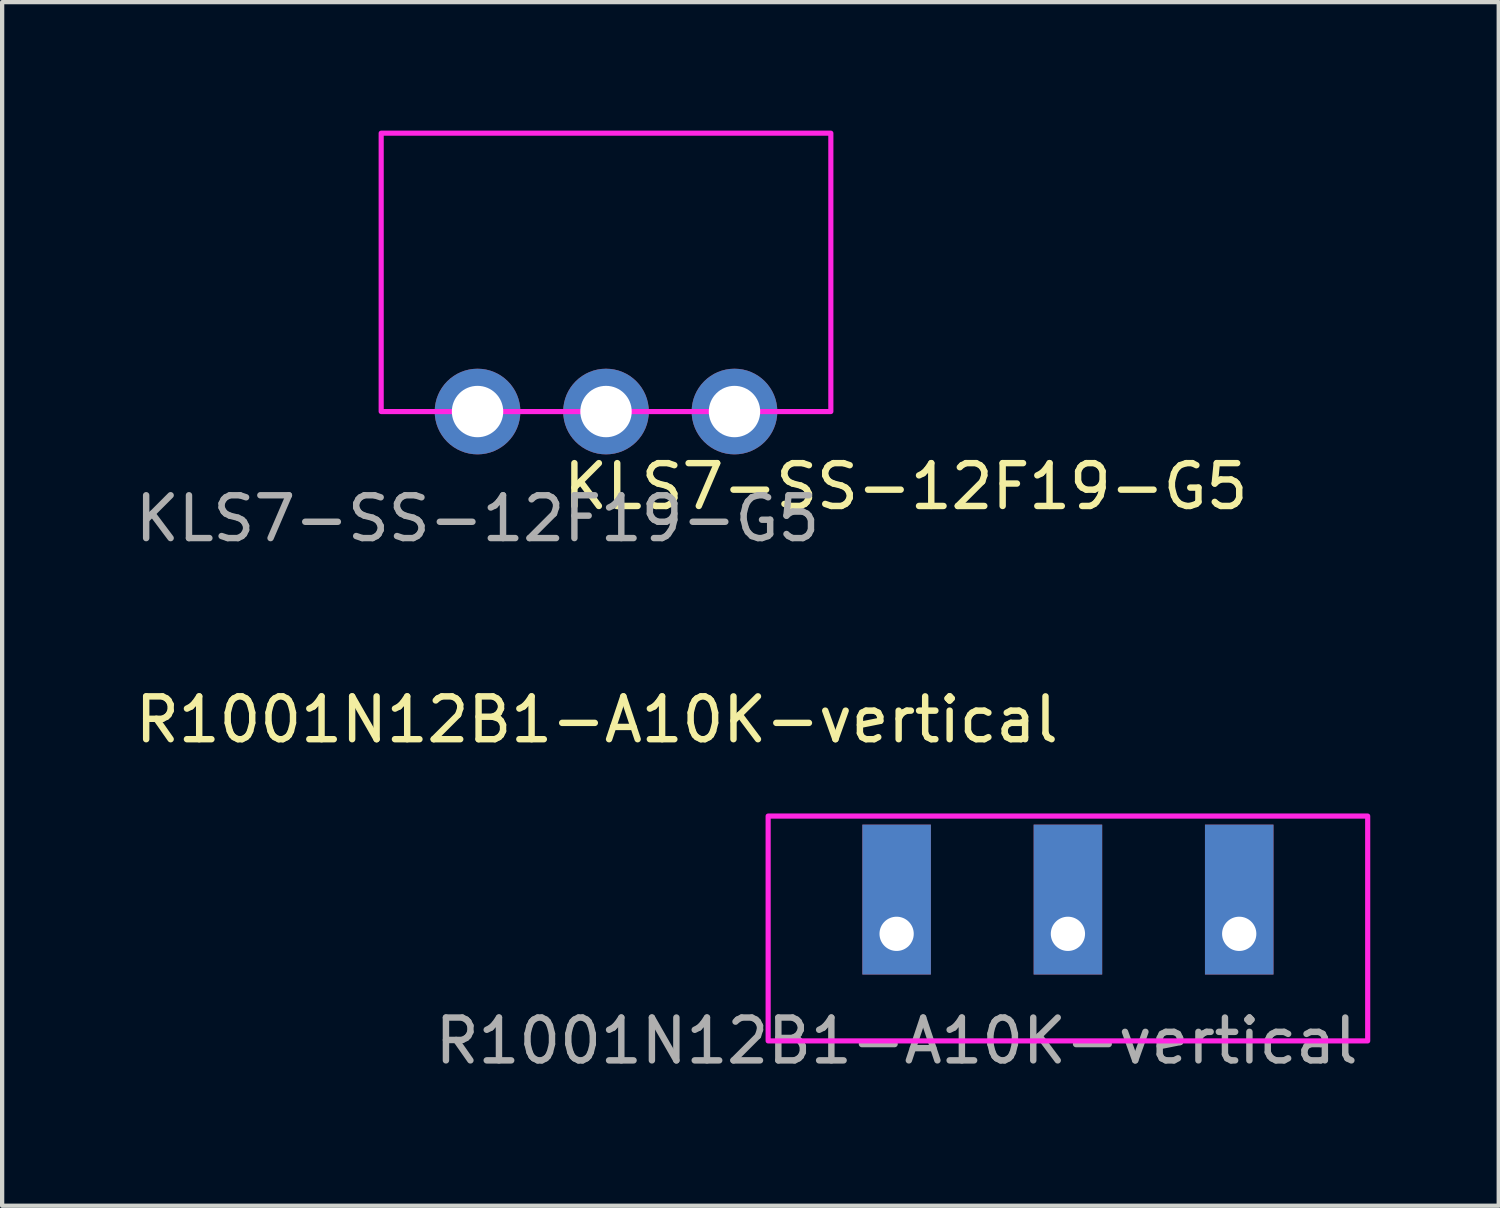
<source format=kicad_pcb>
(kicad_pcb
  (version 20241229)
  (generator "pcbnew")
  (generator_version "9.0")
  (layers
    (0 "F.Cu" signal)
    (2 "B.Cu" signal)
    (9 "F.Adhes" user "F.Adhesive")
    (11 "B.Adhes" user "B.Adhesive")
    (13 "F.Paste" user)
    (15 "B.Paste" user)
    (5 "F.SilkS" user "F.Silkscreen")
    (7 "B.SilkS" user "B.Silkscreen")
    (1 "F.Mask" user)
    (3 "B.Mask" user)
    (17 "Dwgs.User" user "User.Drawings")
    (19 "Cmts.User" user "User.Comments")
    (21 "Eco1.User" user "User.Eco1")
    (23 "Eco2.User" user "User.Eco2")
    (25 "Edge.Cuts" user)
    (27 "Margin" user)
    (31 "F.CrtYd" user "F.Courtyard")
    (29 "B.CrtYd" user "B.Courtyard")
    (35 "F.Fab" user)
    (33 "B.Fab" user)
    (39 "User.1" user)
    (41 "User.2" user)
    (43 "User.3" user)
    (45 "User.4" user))
  (footprint "KLS7-SS-12F19-G5"
    (layer "F.Cu")
    (at 8.101 6.56)
    (property "Reference" "KLS7-SS-12F19-G5" (at 10 1.75 0) (unlocked yes) (layer "F.SilkS") (effects (font (size 1 1) (thickness 0.15))))
    (attr through_hole)
    (fp_rect (start -2.25 -6.5) (end 8.25 0) (stroke (width 0.12) (type solid)) (fill no) (layer "F.CrtYd"))
    (fp_text user "${REFERENCE}" (at 0 2.5 0) (unlocked yes) (layer "F.Fab") (effects (font (size 1 1) (thickness 0.15))))
    (pad "1" thru_hole circle (at 0 0) (size 2 2) (drill 1.2) (layers "*.Cu" "*.Mask"))
    (pad "2" thru_hole circle (at 3 0) (size 2 2) (drill 1.2) (layers "*.Cu" "*.Mask"))
    (pad "3" thru_hole circle (at 6 0) (size 2 2) (drill 1.2) (layers "*.Cu" "*.Mask")))
  (footprint "R1001N12B1-A10K-vertical"
    (layer "F.Cu")
    (at 17.887 18.756)
    (property "Reference" "R1001N12B1-A10K-vertical" (at -7 -5 0) (unlocked yes) (layer "F.SilkS") (effects (font (size 1 1) (thickness 0.15))))
    (attr through_hole)
    (fp_rect (start -3 -2.75) (end 11 2.5) (stroke (width 0.12) (type solid)) (fill no) (layer "F.CrtYd"))
    (fp_text user "${REFERENCE}" (at 0 2.5 0) (unlocked yes) (layer "F.Fab") (effects (font (size 1 1) (thickness 0.15))))
    (pad "1" thru_hole rect (at 0 0) (size 1.6 3.5) (drill 0.8 (offset 0 -0.8)) (layers "*.Cu" "*.Mask"))
    (pad "2" thru_hole rect (at 4 0) (size 1.6 3.5) (drill 0.8 (offset 0 -0.8)) (layers "*.Cu" "*.Mask"))
    (pad "3" thru_hole rect (at 8 0) (size 1.6 3.5) (drill 0.8 (offset 0 -0.8)) (layers "*.Cu" "*.Mask")))
  (gr_rect
    (start -3 -3)
    (end 31.947 25.105)
    (stroke (width 0.1) (type default))
    (fill no)
    (layer "Edge.Cuts")))
</source>
